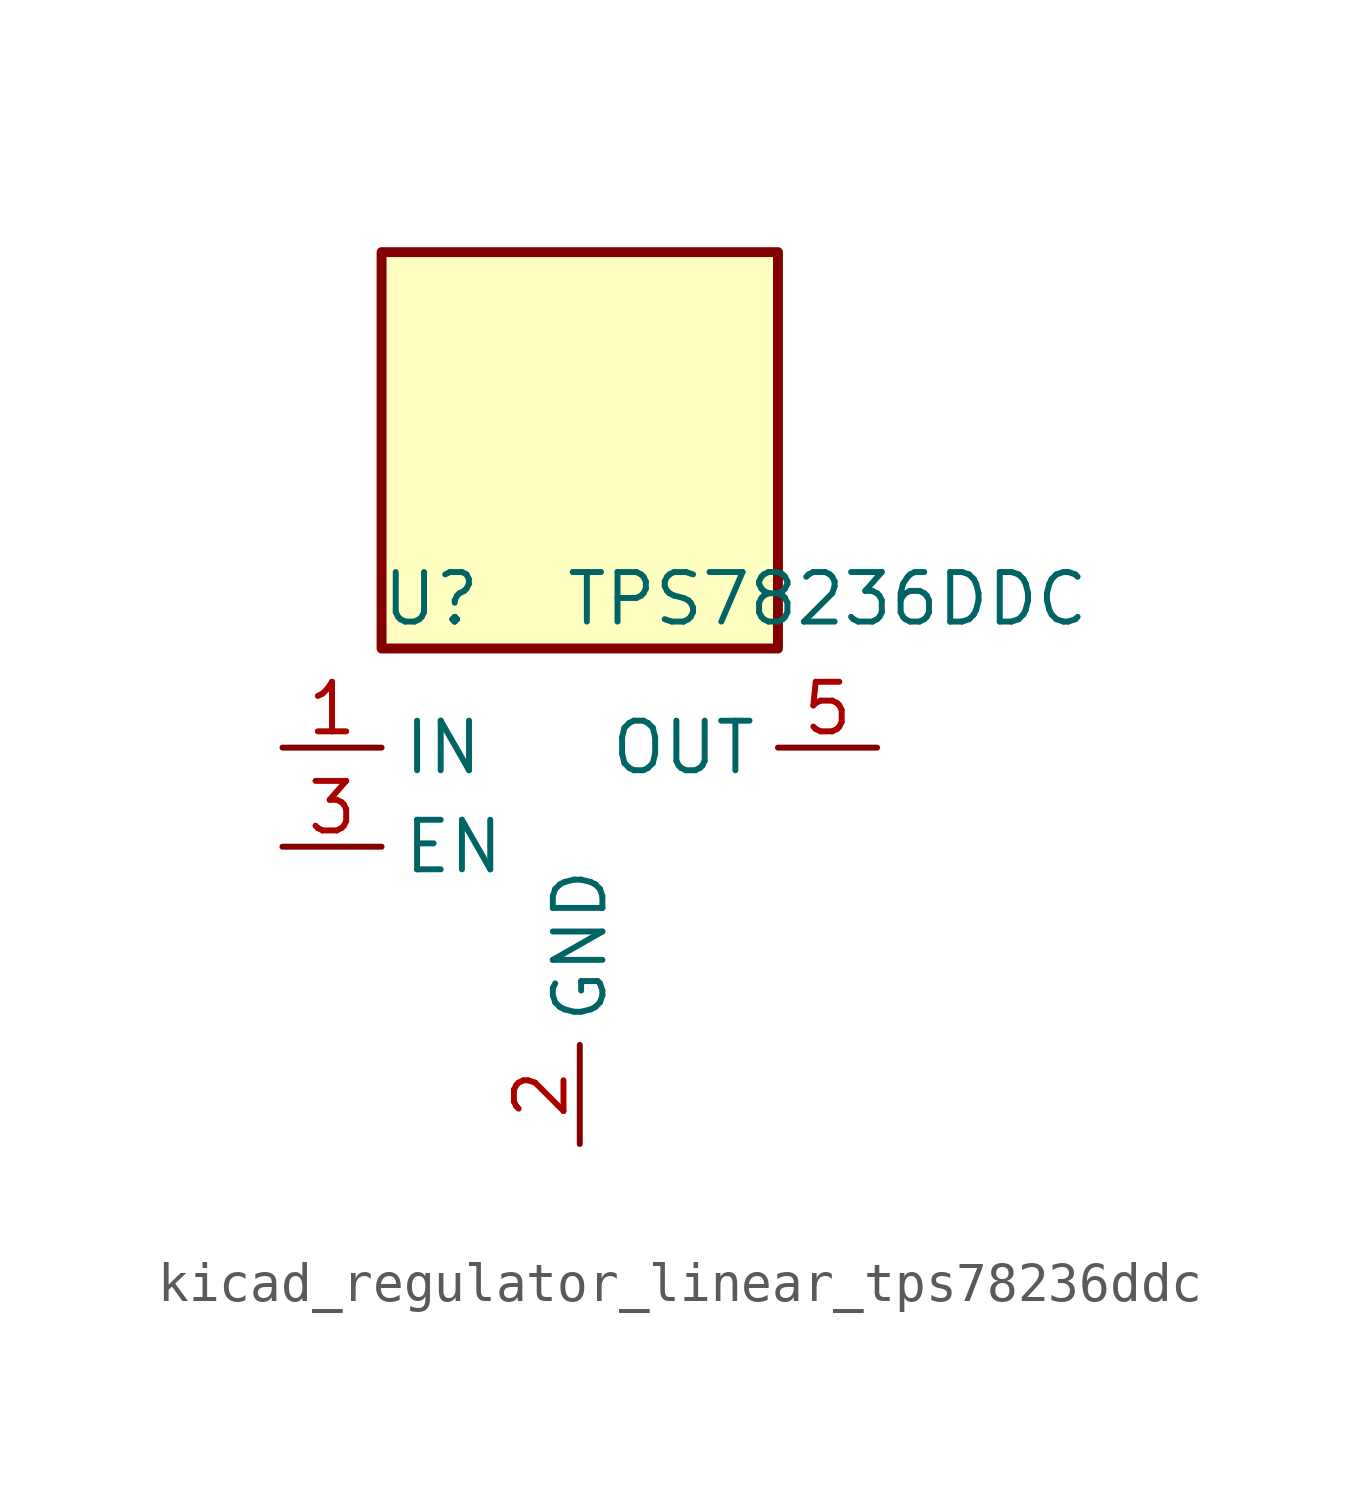
<source format=kicad_sym>
(kicad_symbol_lib
  (version 20220914)
  (generator kicad_symbol_editor)
  (symbol "kicad_regulator_linear_tps78236ddc"
    (property "Reference" "U"
      (at -3.81 6.35 0)
      (effects (font (size 1.27 1.27))))
    (property "Value" "TPS78236DDC"
      (at 6.35 6.35 0)
      (effects (font (size 1.27 1.27))))
    (symbol "kicad_regulator_linear_tps78236ddc_0_1"
      (rectangle (start 5.08 15.24) (end -5.08 5.08) (stroke (width 0.254) (type default)) (fill (type background)))
      (pin power_in line (at -7.62 2.54 0) (length 2.54) (name "IN" (effects (font (size 1.27 1.27)))) (number "1" (effects (font (size 1.27 1.27)))))
      (pin power_in line (at 0 -7.62 90) (length 2.54) (name "GND" (effects (font (size 1.27 1.27)))) (number "2" (effects (font (size 1.27 1.27)))))
      (pin input line (at -7.62 0 0) (length 2.54) (name "EN" (effects (font (size 1.27 1.27)))) (number "3" (effects (font (size 1.27 1.27)))))
      (pin power_out line (at 7.62 2.54 180) (length 2.54) (name "OUT" (effects (font (size 1.27 1.27)))) (number "5" (effects (font (size 1.27 1.27))))))
    (symbol "kicad_regulator_linear_tps78236ddc_1_1"
      (pin passive line (at 0 -7.62 90) (length 2.54) hide (name "GND" (effects (font (size 1.27 1.27)))) (number "4" (effects (font (size 1.27 1.27))))))))
</source>
